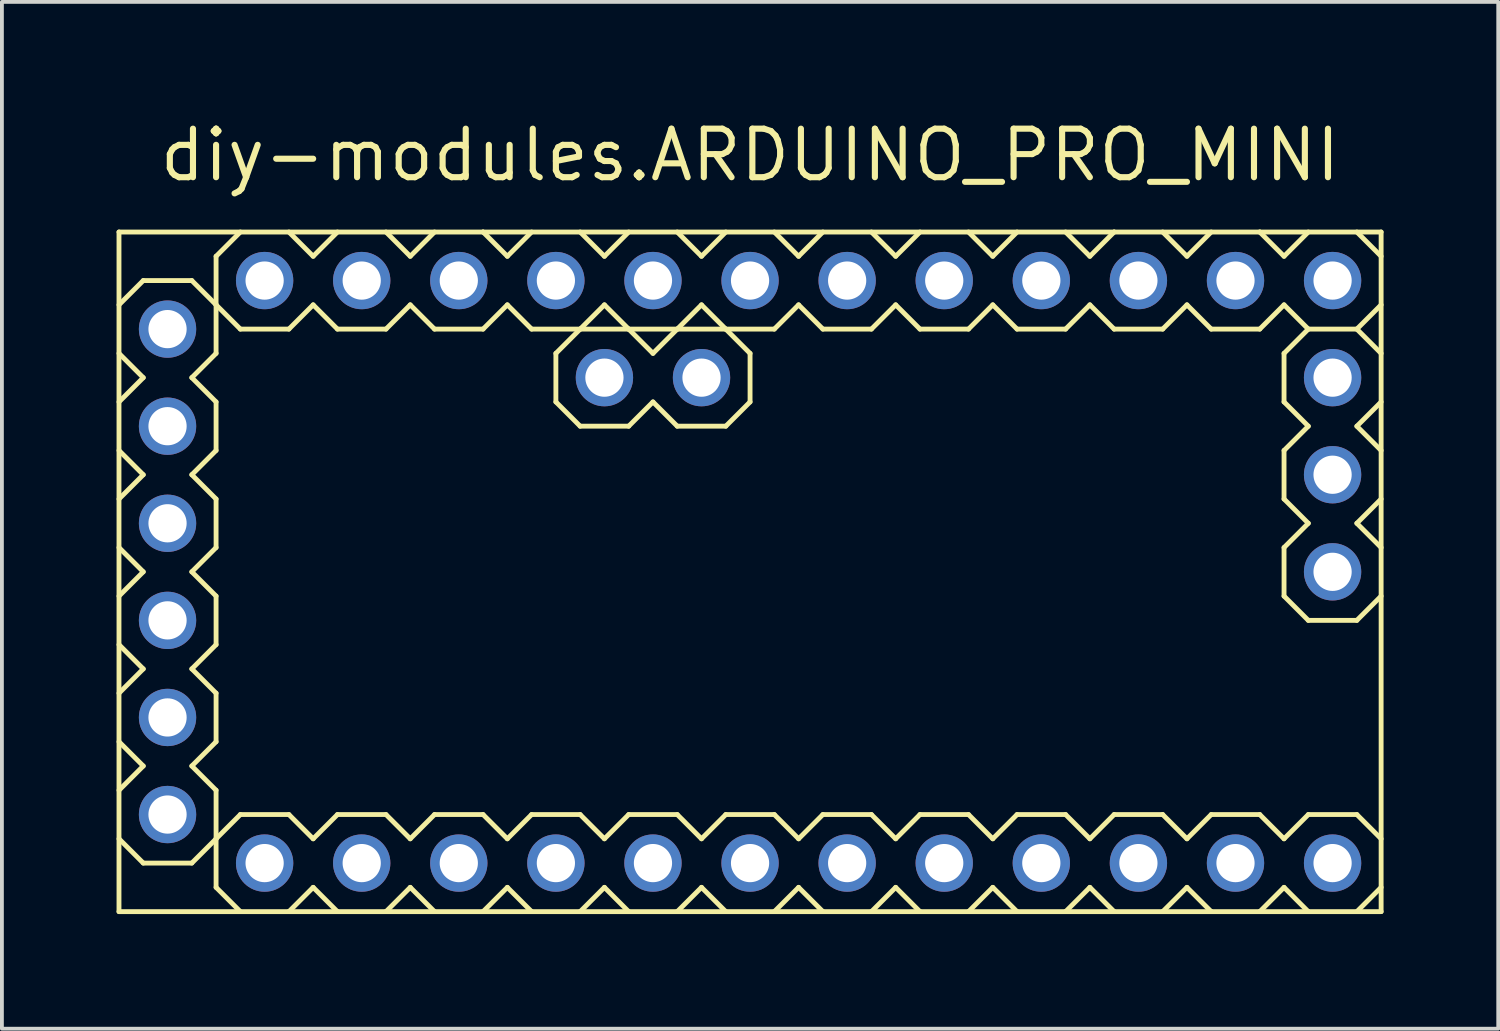
<source format=kicad_pcb>
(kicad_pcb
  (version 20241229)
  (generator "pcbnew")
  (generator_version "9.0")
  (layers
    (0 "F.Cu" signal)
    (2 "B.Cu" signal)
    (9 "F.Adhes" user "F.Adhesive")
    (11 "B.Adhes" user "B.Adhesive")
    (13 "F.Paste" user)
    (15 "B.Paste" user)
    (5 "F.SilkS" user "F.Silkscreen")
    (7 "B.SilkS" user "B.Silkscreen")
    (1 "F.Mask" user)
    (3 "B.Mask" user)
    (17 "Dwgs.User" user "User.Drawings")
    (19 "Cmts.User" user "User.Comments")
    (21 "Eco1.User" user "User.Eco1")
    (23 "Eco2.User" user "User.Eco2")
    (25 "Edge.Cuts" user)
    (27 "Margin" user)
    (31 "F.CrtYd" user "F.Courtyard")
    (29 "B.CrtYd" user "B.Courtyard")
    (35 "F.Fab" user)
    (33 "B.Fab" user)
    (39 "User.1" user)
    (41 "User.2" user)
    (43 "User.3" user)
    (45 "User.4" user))
  (footprint "diy-modules.ARDUINO_PRO_MINI"
    (layer "F.Cu")
    (at 16.573 11.91)
    (property "Reference" "diy-modules.ARDUINO_PRO_MINI" (at 0 -10.16 0) (layer "F.SilkS") (effects (font (size 1.27 1.27) (thickness 0.16)) (justify bottom)))
    (attr through_hole)
    (fp_line (start -16.51 -8.89) (end -16.51 8.89) (stroke (width 0.127) (type default)) (layer "F.SilkS"))
    (fp_line (start -16.51 -5.715) (end -15.875 -5.08) (stroke (width 0.127) (type default)) (layer "F.SilkS"))
    (fp_line (start -16.51 -3.175) (end -15.875 -2.54) (stroke (width 0.127) (type default)) (layer "F.SilkS"))
    (fp_line (start -16.51 -0.635) (end -15.875 0) (stroke (width 0.127) (type default)) (layer "F.SilkS"))
    (fp_line (start -16.51 1.905) (end -15.875 2.54) (stroke (width 0.127) (type default)) (layer "F.SilkS"))
    (fp_line (start -16.51 4.445) (end -15.875 5.08) (stroke (width 0.127) (type default)) (layer "F.SilkS"))
    (fp_line (start -16.51 6.985) (end -15.875 7.62) (stroke (width 0.127) (type default)) (layer "F.SilkS"))
    (fp_line (start -16.51 8.89) (end -12.065 8.89) (stroke (width 0.127) (type default)) (layer "F.SilkS"))
    (fp_line (start -15.875 -7.62) (end -16.51 -6.985) (stroke (width 0.127) (type default)) (layer "F.SilkS"))
    (fp_line (start -15.875 -5.08) (end -16.51 -4.445) (stroke (width 0.127) (type default)) (layer "F.SilkS"))
    (fp_line (start -15.875 -2.54) (end -16.51 -1.905) (stroke (width 0.127) (type default)) (layer "F.SilkS"))
    (fp_line (start -15.875 0) (end -16.51 0.635) (stroke (width 0.127) (type default)) (layer "F.SilkS"))
    (fp_line (start -15.875 2.54) (end -16.51 3.175) (stroke (width 0.127) (type default)) (layer "F.SilkS"))
    (fp_line (start -15.875 5.08) (end -16.51 5.715) (stroke (width 0.127) (type default)) (layer "F.SilkS"))
    (fp_line (start -15.875 7.62) (end -14.605 7.62) (stroke (width 0.127) (type default)) (layer "F.SilkS"))
    (fp_line (start -14.605 -7.62) (end -15.875 -7.62) (stroke (width 0.127) (type default)) (layer "F.SilkS"))
    (fp_line (start -14.605 -5.08) (end -13.97 -5.715) (stroke (width 0.127) (type default)) (layer "F.SilkS"))
    (fp_line (start -14.605 -2.54) (end -13.97 -3.175) (stroke (width 0.127) (type default)) (layer "F.SilkS"))
    (fp_line (start -14.605 0) (end -13.97 -0.635) (stroke (width 0.127) (type default)) (layer "F.SilkS"))
    (fp_line (start -14.605 2.54) (end -13.97 1.905) (stroke (width 0.127) (type default)) (layer "F.SilkS"))
    (fp_line (start -14.605 5.08) (end -13.97 4.445) (stroke (width 0.127) (type default)) (layer "F.SilkS"))
    (fp_line (start -14.605 7.62) (end -13.97 6.985) (stroke (width 0.127) (type default)) (layer "F.SilkS"))
    (fp_line (start -13.97 -8.255) (end -13.97 -6.985) (stroke (width 0.127) (type default)) (layer "F.SilkS"))
    (fp_line (start -13.97 -6.985) (end -14.605 -7.62) (stroke (width 0.127) (type default)) (layer "F.SilkS"))
    (fp_line (start -13.97 -6.985) (end -13.335 -6.35) (stroke (width 0.127) (type default)) (layer "F.SilkS"))
    (fp_line (start -13.97 -5.715) (end -13.97 -6.985) (stroke (width 0.127) (type default)) (layer "F.SilkS"))
    (fp_line (start -13.97 -4.445) (end -14.605 -5.08) (stroke (width 0.127) (type default)) (layer "F.SilkS"))
    (fp_line (start -13.97 -3.175) (end -13.97 -4.445) (stroke (width 0.127) (type default)) (layer "F.SilkS"))
    (fp_line (start -13.97 -1.905) (end -14.605 -2.54) (stroke (width 0.127) (type default)) (layer "F.SilkS"))
    (fp_line (start -13.97 -0.635) (end -13.97 -1.905) (stroke (width 0.127) (type default)) (layer "F.SilkS"))
    (fp_line (start -13.97 0.635) (end -14.605 0) (stroke (width 0.127) (type default)) (layer "F.SilkS"))
    (fp_line (start -13.97 1.905) (end -13.97 0.635) (stroke (width 0.127) (type default)) (layer "F.SilkS"))
    (fp_line (start -13.97 3.175) (end -14.605 2.54) (stroke (width 0.127) (type default)) (layer "F.SilkS"))
    (fp_line (start -13.97 4.445) (end -13.97 3.175) (stroke (width 0.127) (type default)) (layer "F.SilkS"))
    (fp_line (start -13.97 5.715) (end -14.605 5.08) (stroke (width 0.127) (type default)) (layer "F.SilkS"))
    (fp_line (start -13.97 6.985) (end -13.97 5.715) (stroke (width 0.127) (type default)) (layer "F.SilkS"))
    (fp_line (start -13.97 6.985) (end -13.97 8.255) (stroke (width 0.127) (type default)) (layer "F.SilkS"))
    (fp_line (start -13.335 -8.89) (end -13.97 -8.255) (stroke (width 0.127) (type default)) (layer "F.SilkS"))
    (fp_line (start -13.335 -6.35) (end -12.065 -6.35) (stroke (width 0.127) (type default)) (layer "F.SilkS"))
    (fp_line (start -13.335 6.35) (end -13.97 6.985) (stroke (width 0.127) (type default)) (layer "F.SilkS"))
    (fp_line (start -13.335 6.35) (end -12.065 6.35) (stroke (width 0.127) (type default)) (layer "F.SilkS"))
    (fp_line (start -13.335 8.89) (end -13.97 8.255) (stroke (width 0.127) (type default)) (layer "F.SilkS"))
    (fp_line (start -12.065 -6.35) (end -11.43 -6.985) (stroke (width 0.127) (type default)) (layer "F.SilkS"))
    (fp_line (start -12.065 6.35) (end -11.43 6.985) (stroke (width 0.127) (type default)) (layer "F.SilkS"))
    (fp_line (start -12.065 8.89) (end -11.43 8.255) (stroke (width 0.127) (type default)) (layer "F.SilkS"))
    (fp_line (start -12.065 8.89) (end -10.795 8.89) (stroke (width 0.127) (type default)) (layer "F.SilkS"))
    (fp_line (start -11.43 -8.255) (end -12.065 -8.89) (stroke (width 0.127) (type default)) (layer "F.SilkS"))
    (fp_line (start -11.43 -6.985) (end -10.795 -6.35) (stroke (width 0.127) (type default)) (layer "F.SilkS"))
    (fp_line (start -11.43 6.985) (end -10.795 6.35) (stroke (width 0.127) (type default)) (layer "F.SilkS"))
    (fp_line (start -11.43 8.255) (end -10.795 8.89) (stroke (width 0.127) (type default)) (layer "F.SilkS"))
    (fp_line (start -10.795 -8.89) (end -11.43 -8.255) (stroke (width 0.127) (type default)) (layer "F.SilkS"))
    (fp_line (start -10.795 -6.35) (end -9.525 -6.35) (stroke (width 0.127) (type default)) (layer "F.SilkS"))
    (fp_line (start -10.795 6.35) (end -9.525 6.35) (stroke (width 0.127) (type default)) (layer "F.SilkS"))
    (fp_line (start -10.795 8.89) (end -9.525 8.89) (stroke (width 0.127) (type default)) (layer "F.SilkS"))
    (fp_line (start -9.525 -6.35) (end -8.89 -6.985) (stroke (width 0.127) (type default)) (layer "F.SilkS"))
    (fp_line (start -9.525 6.35) (end -8.89 6.985) (stroke (width 0.127) (type default)) (layer "F.SilkS"))
    (fp_line (start -9.525 8.89) (end -8.89 8.255) (stroke (width 0.127) (type default)) (layer "F.SilkS"))
    (fp_line (start -9.525 8.89) (end -8.255 8.89) (stroke (width 0.127) (type default)) (layer "F.SilkS"))
    (fp_line (start -8.89 -8.255) (end -9.525 -8.89) (stroke (width 0.127) (type default)) (layer "F.SilkS"))
    (fp_line (start -8.89 -6.985) (end -8.255 -6.35) (stroke (width 0.127) (type default)) (layer "F.SilkS"))
    (fp_line (start -8.89 6.985) (end -8.255 6.35) (stroke (width 0.127) (type default)) (layer "F.SilkS"))
    (fp_line (start -8.89 8.255) (end -8.255 8.89) (stroke (width 0.127) (type default)) (layer "F.SilkS"))
    (fp_line (start -8.255 -8.89) (end -8.89 -8.255) (stroke (width 0.127) (type default)) (layer "F.SilkS"))
    (fp_line (start -8.255 -6.35) (end -6.985 -6.35) (stroke (width 0.127) (type default)) (layer "F.SilkS"))
    (fp_line (start -8.255 6.35) (end -6.985 6.35) (stroke (width 0.127) (type default)) (layer "F.SilkS"))
    (fp_line (start -8.255 8.89) (end -6.985 8.89) (stroke (width 0.127) (type default)) (layer "F.SilkS"))
    (fp_line (start -6.985 -8.89) (end -16.51 -8.89) (stroke (width 0.127) (type default)) (layer "F.SilkS"))
    (fp_line (start -6.985 -6.35) (end -6.35 -6.985) (stroke (width 0.127) (type default)) (layer "F.SilkS"))
    (fp_line (start -6.985 6.35) (end -6.35 6.985) (stroke (width 0.127) (type default)) (layer "F.SilkS"))
    (fp_line (start -6.985 8.89) (end -6.35 8.255) (stroke (width 0.127) (type default)) (layer "F.SilkS"))
    (fp_line (start -6.985 8.89) (end -5.715 8.89) (stroke (width 0.127) (type default)) (layer "F.SilkS"))
    (fp_line (start -6.35 -8.255) (end -6.985 -8.89) (stroke (width 0.127) (type default)) (layer "F.SilkS"))
    (fp_line (start -6.35 -6.985) (end -5.715 -6.35) (stroke (width 0.127) (type default)) (layer "F.SilkS"))
    (fp_line (start -6.35 6.985) (end -5.715 6.35) (stroke (width 0.127) (type default)) (layer "F.SilkS"))
    (fp_line (start -6.35 8.255) (end -5.715 8.89) (stroke (width 0.127) (type default)) (layer "F.SilkS"))
    (fp_line (start -5.715 -8.89) (end -6.35 -8.255) (stroke (width 0.127) (type default)) (layer "F.SilkS"))
    (fp_line (start -5.715 -6.35) (end -4.445 -6.35) (stroke (width 0.127) (type default)) (layer "F.SilkS"))
    (fp_line (start -5.715 6.35) (end -4.445 6.35) (stroke (width 0.127) (type default)) (layer "F.SilkS"))
    (fp_line (start -5.715 8.89) (end -4.445 8.89) (stroke (width 0.127) (type default)) (layer "F.SilkS"))
    (fp_line (start -5.08 -5.715) (end -4.445 -6.35) (stroke (width 0.127) (type default)) (layer "F.SilkS"))
    (fp_line (start -5.08 -4.445) (end -5.08 -5.715) (stroke (width 0.127) (type default)) (layer "F.SilkS"))
    (fp_line (start -4.445 -6.35) (end -3.81 -6.985) (stroke (width 0.127) (type default)) (layer "F.SilkS"))
    (fp_line (start -4.445 -6.35) (end -3.175 -6.35) (stroke (width 0.127) (type default)) (layer "F.SilkS"))
    (fp_line (start -4.445 -3.81) (end -5.08 -4.445) (stroke (width 0.127) (type default)) (layer "F.SilkS"))
    (fp_line (start -4.445 6.35) (end -3.81 6.985) (stroke (width 0.127) (type default)) (layer "F.SilkS"))
    (fp_line (start -4.445 8.89) (end -3.81 8.255) (stroke (width 0.127) (type default)) (layer "F.SilkS"))
    (fp_line (start -4.445 8.89) (end -3.175 8.89) (stroke (width 0.127) (type default)) (layer "F.SilkS"))
    (fp_line (start -3.81 -8.255) (end -4.445 -8.89) (stroke (width 0.127) (type default)) (layer "F.SilkS"))
    (fp_line (start -3.81 -6.985) (end -3.175 -6.35) (stroke (width 0.127) (type default)) (layer "F.SilkS"))
    (fp_line (start -3.81 6.985) (end -3.175 6.35) (stroke (width 0.127) (type default)) (layer "F.SilkS"))
    (fp_line (start -3.81 8.255) (end -3.175 8.89) (stroke (width 0.127) (type default)) (layer "F.SilkS"))
    (fp_line (start -3.175 -8.89) (end -3.81 -8.255) (stroke (width 0.127) (type default)) (layer "F.SilkS"))
    (fp_line (start -3.175 -6.35) (end -2.54 -5.715) (stroke (width 0.127) (type default)) (layer "F.SilkS"))
    (fp_line (start -3.175 -6.35) (end -1.905 -6.35) (stroke (width 0.127) (type default)) (layer "F.SilkS"))
    (fp_line (start -3.175 -3.81) (end -4.445 -3.81) (stroke (width 0.127) (type default)) (layer "F.SilkS"))
    (fp_line (start -3.175 6.35) (end -1.905 6.35) (stroke (width 0.127) (type default)) (layer "F.SilkS"))
    (fp_line (start -3.175 8.89) (end -1.905 8.89) (stroke (width 0.127) (type default)) (layer "F.SilkS"))
    (fp_line (start -2.54 -5.715) (end -1.905 -6.35) (stroke (width 0.127) (type default)) (layer "F.SilkS"))
    (fp_line (start -2.54 -4.445) (end -3.175 -3.81) (stroke (width 0.127) (type default)) (layer "F.SilkS"))
    (fp_line (start -1.905 -6.35) (end -1.27 -6.985) (stroke (width 0.127) (type default)) (layer "F.SilkS"))
    (fp_line (start -1.905 -6.35) (end -0.635 -6.35) (stroke (width 0.127) (type default)) (layer "F.SilkS"))
    (fp_line (start -1.905 -3.81) (end -2.54 -4.445) (stroke (width 0.127) (type default)) (layer "F.SilkS"))
    (fp_line (start -1.905 6.35) (end -1.27 6.985) (stroke (width 0.127) (type default)) (layer "F.SilkS"))
    (fp_line (start -1.905 8.89) (end -1.27 8.255) (stroke (width 0.127) (type default)) (layer "F.SilkS"))
    (fp_line (start -1.905 8.89) (end -0.635 8.89) (stroke (width 0.127) (type default)) (layer "F.SilkS"))
    (fp_line (start -1.27 -8.255) (end -1.905 -8.89) (stroke (width 0.127) (type default)) (layer "F.SilkS"))
    (fp_line (start -1.27 -6.985) (end -0.635 -6.35) (stroke (width 0.127) (type default)) (layer "F.SilkS"))
    (fp_line (start -1.27 6.985) (end -0.635 6.35) (stroke (width 0.127) (type default)) (layer "F.SilkS"))
    (fp_line (start -1.27 8.255) (end -0.635 8.89) (stroke (width 0.127) (type default)) (layer "F.SilkS"))
    (fp_line (start -0.635 -8.89) (end -1.27 -8.255) (stroke (width 0.127) (type default)) (layer "F.SilkS"))
    (fp_line (start -0.635 -6.35) (end 0 -5.715) (stroke (width 0.127) (type default)) (layer "F.SilkS"))
    (fp_line (start -0.635 -6.35) (end 0.635 -6.35) (stroke (width 0.127) (type default)) (layer "F.SilkS"))
    (fp_line (start -0.635 -3.81) (end -1.905 -3.81) (stroke (width 0.127) (type default)) (layer "F.SilkS"))
    (fp_line (start -0.635 6.35) (end 0.635 6.35) (stroke (width 0.127) (type default)) (layer "F.SilkS"))
    (fp_line (start -0.635 8.89) (end 0.635 8.89) (stroke (width 0.127) (type default)) (layer "F.SilkS"))
    (fp_line (start 0 -5.715) (end 0 -4.445) (stroke (width 0.127) (type default)) (layer "F.SilkS"))
    (fp_line (start 0 -4.445) (end -0.635 -3.81) (stroke (width 0.127) (type default)) (layer "F.SilkS"))
    (fp_line (start 0.635 -6.35) (end 1.27 -6.985) (stroke (width 0.127) (type default)) (layer "F.SilkS"))
    (fp_line (start 0.635 6.35) (end 1.27 6.985) (stroke (width 0.127) (type default)) (layer "F.SilkS"))
    (fp_line (start 0.635 8.89) (end 1.27 8.255) (stroke (width 0.127) (type default)) (layer "F.SilkS"))
    (fp_line (start 0.635 8.89) (end 1.905 8.89) (stroke (width 0.127) (type default)) (layer "F.SilkS"))
    (fp_line (start 1.27 -8.255) (end 0.635 -8.89) (stroke (width 0.127) (type default)) (layer "F.SilkS"))
    (fp_line (start 1.27 -6.985) (end 1.905 -6.35) (stroke (width 0.127) (type default)) (layer "F.SilkS"))
    (fp_line (start 1.27 6.985) (end 1.905 6.35) (stroke (width 0.127) (type default)) (layer "F.SilkS"))
    (fp_line (start 1.27 8.255) (end 1.905 8.89) (stroke (width 0.127) (type default)) (layer "F.SilkS"))
    (fp_line (start 1.905 -8.89) (end 1.27 -8.255) (stroke (width 0.127) (type default)) (layer "F.SilkS"))
    (fp_line (start 1.905 -6.35) (end 3.175 -6.35) (stroke (width 0.127) (type default)) (layer "F.SilkS"))
    (fp_line (start 1.905 6.35) (end 3.175 6.35) (stroke (width 0.127) (type default)) (layer "F.SilkS"))
    (fp_line (start 1.905 8.89) (end 3.175 8.89) (stroke (width 0.127) (type default)) (layer "F.SilkS"))
    (fp_line (start 3.175 -6.35) (end 3.81 -6.985) (stroke (width 0.127) (type default)) (layer "F.SilkS"))
    (fp_line (start 3.175 6.35) (end 3.81 6.985) (stroke (width 0.127) (type default)) (layer "F.SilkS"))
    (fp_line (start 3.175 8.89) (end 3.81 8.255) (stroke (width 0.127) (type default)) (layer "F.SilkS"))
    (fp_line (start 3.175 8.89) (end 4.445 8.89) (stroke (width 0.127) (type default)) (layer "F.SilkS"))
    (fp_line (start 3.81 -8.255) (end 3.175 -8.89) (stroke (width 0.127) (type default)) (layer "F.SilkS"))
    (fp_line (start 3.81 -6.985) (end 4.445 -6.35) (stroke (width 0.127) (type default)) (layer "F.SilkS"))
    (fp_line (start 3.81 6.985) (end 4.445 6.35) (stroke (width 0.127) (type default)) (layer "F.SilkS"))
    (fp_line (start 3.81 8.255) (end 4.445 8.89) (stroke (width 0.127) (type default)) (layer "F.SilkS"))
    (fp_line (start 4.445 -8.89) (end 3.81 -8.255) (stroke (width 0.127) (type default)) (layer "F.SilkS"))
    (fp_line (start 4.445 -6.35) (end 5.715 -6.35) (stroke (width 0.127) (type default)) (layer "F.SilkS"))
    (fp_line (start 4.445 6.35) (end 5.715 6.35) (stroke (width 0.127) (type default)) (layer "F.SilkS"))
    (fp_line (start 4.445 8.89) (end 5.715 8.89) (stroke (width 0.127) (type default)) (layer "F.SilkS"))
    (fp_line (start 5.715 -6.35) (end 6.35 -6.985) (stroke (width 0.127) (type default)) (layer "F.SilkS"))
    (fp_line (start 5.715 6.35) (end 6.35 6.985) (stroke (width 0.127) (type default)) (layer "F.SilkS"))
    (fp_line (start 5.715 8.89) (end 6.35 8.255) (stroke (width 0.127) (type default)) (layer "F.SilkS"))
    (fp_line (start 5.715 8.89) (end 6.985 8.89) (stroke (width 0.127) (type default)) (layer "F.SilkS"))
    (fp_line (start 6.35 -8.255) (end 5.715 -8.89) (stroke (width 0.127) (type default)) (layer "F.SilkS"))
    (fp_line (start 6.35 -6.985) (end 6.985 -6.35) (stroke (width 0.127) (type default)) (layer "F.SilkS"))
    (fp_line (start 6.35 6.985) (end 6.985 6.35) (stroke (width 0.127) (type default)) (layer "F.SilkS"))
    (fp_line (start 6.35 8.255) (end 6.985 8.89) (stroke (width 0.127) (type default)) (layer "F.SilkS"))
    (fp_line (start 6.985 -8.89) (end 6.35 -8.255) (stroke (width 0.127) (type default)) (layer "F.SilkS"))
    (fp_line (start 6.985 -6.35) (end 8.255 -6.35) (stroke (width 0.127) (type default)) (layer "F.SilkS"))
    (fp_line (start 6.985 6.35) (end 8.255 6.35) (stroke (width 0.127) (type default)) (layer "F.SilkS"))
    (fp_line (start 6.985 8.89) (end 8.255 8.89) (stroke (width 0.127) (type default)) (layer "F.SilkS"))
    (fp_line (start 8.255 -6.35) (end 8.89 -6.985) (stroke (width 0.127) (type default)) (layer "F.SilkS"))
    (fp_line (start 8.255 6.35) (end 8.89 6.985) (stroke (width 0.127) (type default)) (layer "F.SilkS"))
    (fp_line (start 8.255 8.89) (end 8.89 8.255) (stroke (width 0.127) (type default)) (layer "F.SilkS"))
    (fp_line (start 8.255 8.89) (end 9.525 8.89) (stroke (width 0.127) (type default)) (layer "F.SilkS"))
    (fp_line (start 8.89 -8.255) (end 8.255 -8.89) (stroke (width 0.127) (type default)) (layer "F.SilkS"))
    (fp_line (start 8.89 -8.255) (end 9.525 -8.89) (stroke (width 0.127) (type default)) (layer "F.SilkS"))
    (fp_line (start 8.89 -6.985) (end 9.525 -6.35) (stroke (width 0.127) (type default)) (layer "F.SilkS"))
    (fp_line (start 8.89 6.985) (end 9.525 6.35) (stroke (width 0.127) (type default)) (layer "F.SilkS"))
    (fp_line (start 8.89 8.255) (end 9.525 8.89) (stroke (width 0.127) (type default)) (layer "F.SilkS"))
    (fp_line (start 9.525 -8.89) (end -6.985 -8.89) (stroke (width 0.127) (type default)) (layer "F.SilkS"))
    (fp_line (start 9.525 -6.35) (end 10.795 -6.35) (stroke (width 0.127) (type default)) (layer "F.SilkS"))
    (fp_line (start 9.525 6.35) (end 10.795 6.35) (stroke (width 0.127) (type default)) (layer "F.SilkS"))
    (fp_line (start 9.525 8.89) (end 10.795 8.89) (stroke (width 0.127) (type default)) (layer "F.SilkS"))
    (fp_line (start 10.795 -6.35) (end 11.43 -6.985) (stroke (width 0.127) (type default)) (layer "F.SilkS"))
    (fp_line (start 10.795 6.35) (end 11.43 6.985) (stroke (width 0.127) (type default)) (layer "F.SilkS"))
    (fp_line (start 10.795 8.89) (end 11.43 8.255) (stroke (width 0.127) (type default)) (layer "F.SilkS"))
    (fp_line (start 10.795 8.89) (end 12.065 8.89) (stroke (width 0.127) (type default)) (layer "F.SilkS"))
    (fp_line (start 11.43 -8.255) (end 10.795 -8.89) (stroke (width 0.127) (type default)) (layer "F.SilkS"))
    (fp_line (start 11.43 -6.985) (end 12.065 -6.35) (stroke (width 0.127) (type default)) (layer "F.SilkS"))
    (fp_line (start 11.43 6.985) (end 12.065 6.35) (stroke (width 0.127) (type default)) (layer "F.SilkS"))
    (fp_line (start 11.43 8.255) (end 12.065 8.89) (stroke (width 0.127) (type default)) (layer "F.SilkS"))
    (fp_line (start 12.065 -8.89) (end 11.43 -8.255) (stroke (width 0.127) (type default)) (layer "F.SilkS"))
    (fp_line (start 12.065 -6.35) (end 13.335 -6.35) (stroke (width 0.127) (type default)) (layer "F.SilkS"))
    (fp_line (start 12.065 6.35) (end 13.335 6.35) (stroke (width 0.127) (type default)) (layer "F.SilkS"))
    (fp_line (start 12.065 8.89) (end 13.335 8.89) (stroke (width 0.127) (type default)) (layer "F.SilkS"))
    (fp_line (start 13.335 -8.89) (end 9.525 -8.89) (stroke (width 0.127) (type default)) (layer "F.SilkS"))
    (fp_line (start 13.335 -6.35) (end 13.97 -6.985) (stroke (width 0.127) (type default)) (layer "F.SilkS"))
    (fp_line (start 13.335 6.35) (end 13.97 6.985) (stroke (width 0.127) (type default)) (layer "F.SilkS"))
    (fp_line (start 13.335 8.89) (end 14.605 8.89) (stroke (width 0.127) (type default)) (layer "F.SilkS"))
    (fp_line (start 13.97 -8.255) (end 13.335 -8.89) (stroke (width 0.127) (type default)) (layer "F.SilkS"))
    (fp_line (start 13.97 -6.985) (end 14.605 -6.35) (stroke (width 0.127) (type default)) (layer "F.SilkS"))
    (fp_line (start 13.97 -5.715) (end 14.605 -6.35) (stroke (width 0.127) (type default)) (layer "F.SilkS"))
    (fp_line (start 13.97 -4.445) (end 13.97 -5.715) (stroke (width 0.127) (type default)) (layer "F.SilkS"))
    (fp_line (start 13.97 -3.175) (end 14.605 -3.81) (stroke (width 0.127) (type default)) (layer "F.SilkS"))
    (fp_line (start 13.97 -1.905) (end 13.97 -3.175) (stroke (width 0.127) (type default)) (layer "F.SilkS"))
    (fp_line (start 13.97 -0.635) (end 14.605 -1.27) (stroke (width 0.127) (type default)) (layer "F.SilkS"))
    (fp_line (start 13.97 0.635) (end 13.97 -0.635) (stroke (width 0.127) (type default)) (layer "F.SilkS"))
    (fp_line (start 13.97 6.985) (end 14.605 6.35) (stroke (width 0.127) (type default)) (layer "F.SilkS"))
    (fp_line (start 13.97 8.255) (end 13.335 8.89) (stroke (width 0.127) (type default)) (layer "F.SilkS"))
    (fp_line (start 14.605 -8.89) (end 13.97 -8.255) (stroke (width 0.127) (type default)) (layer "F.SilkS"))
    (fp_line (start 14.605 -6.35) (end 15.875 -6.35) (stroke (width 0.127) (type default)) (layer "F.SilkS"))
    (fp_line (start 14.605 -3.81) (end 13.97 -4.445) (stroke (width 0.127) (type default)) (layer "F.SilkS"))
    (fp_line (start 14.605 -1.27) (end 13.97 -1.905) (stroke (width 0.127) (type default)) (layer "F.SilkS"))
    (fp_line (start 14.605 1.27) (end 13.97 0.635) (stroke (width 0.127) (type default)) (layer "F.SilkS"))
    (fp_line (start 14.605 6.35) (end 15.875 6.35) (stroke (width 0.127) (type default)) (layer "F.SilkS"))
    (fp_line (start 14.605 8.89) (end 13.97 8.255) (stroke (width 0.127) (type default)) (layer "F.SilkS"))
    (fp_line (start 14.605 8.89) (end 16.51 8.89) (stroke (width 0.127) (type default)) (layer "F.SilkS"))
    (fp_line (start 15.875 -6.35) (end 16.51 -6.985) (stroke (width 0.127) (type default)) (layer "F.SilkS"))
    (fp_line (start 15.875 -6.35) (end 16.51 -5.715) (stroke (width 0.127) (type default)) (layer "F.SilkS"))
    (fp_line (start 15.875 -3.81) (end 16.51 -3.175) (stroke (width 0.127) (type default)) (layer "F.SilkS"))
    (fp_line (start 15.875 -1.27) (end 16.51 -0.635) (stroke (width 0.127) (type default)) (layer "F.SilkS"))
    (fp_line (start 15.875 1.27) (end 14.605 1.27) (stroke (width 0.127) (type default)) (layer "F.SilkS"))
    (fp_line (start 15.875 8.89) (end 16.51 8.255) (stroke (width 0.127) (type default)) (layer "F.SilkS"))
    (fp_line (start 16.51 -8.89) (end 13.335 -8.89) (stroke (width 0.127) (type default)) (layer "F.SilkS"))
    (fp_line (start 16.51 -8.255) (end 15.875 -8.89) (stroke (width 0.127) (type default)) (layer "F.SilkS"))
    (fp_line (start 16.51 -4.445) (end 15.875 -3.81) (stroke (width 0.127) (type default)) (layer "F.SilkS"))
    (fp_line (start 16.51 -1.905) (end 15.875 -1.27) (stroke (width 0.127) (type default)) (layer "F.SilkS"))
    (fp_line (start 16.51 0.635) (end 15.875 1.27) (stroke (width 0.127) (type default)) (layer "F.SilkS"))
    (fp_line (start 16.51 6.985) (end 15.875 6.35) (stroke (width 0.127) (type default)) (layer "F.SilkS"))
    (fp_line (start 16.51 8.89) (end 16.51 -8.89) (stroke (width 0.127) (type default)) (layer "F.SilkS"))
    (pad "J1.1" thru_hole circle (at -15.24 -6.35) (size 1.5 1.5) (drill 1) (layers "*.Cu" "*.Mask"))
    (pad "J1.2" thru_hole circle (at -15.24 -3.81) (size 1.5 1.5) (drill 1) (layers "*.Cu" "*.Mask"))
    (pad "J1.3" thru_hole circle (at -15.24 -1.27) (size 1.5 1.5) (drill 1) (layers "*.Cu" "*.Mask"))
    (pad "J1.4" thru_hole circle (at -15.24 1.27) (size 1.5 1.5) (drill 1) (layers "*.Cu" "*.Mask"))
    (pad "J1.5" thru_hole circle (at -15.24 3.81) (size 1.5 1.5) (drill 1) (layers "*.Cu" "*.Mask"))
    (pad "J1.6" thru_hole circle (at -15.24 6.35) (size 1.5 1.5) (drill 1) (layers "*.Cu" "*.Mask"))
    (pad "J2.1" thru_hole circle (at -1.27 -5.08) (size 1.5 1.5) (drill 1) (layers "*.Cu" "*.Mask"))
    (pad "J2.2" thru_hole circle (at -3.81 -5.08) (size 1.5 1.5) (drill 1) (layers "*.Cu" "*.Mask"))
    (pad "J3.1" thru_hole circle (at 15.24 0) (size 1.5 1.5) (drill 1) (layers "*.Cu" "*.Mask"))
    (pad "J3.2" thru_hole circle (at 15.24 -2.54) (size 1.5 1.5) (drill 1) (layers "*.Cu" "*.Mask"))
    (pad "J3.3" thru_hole circle (at 15.24 -5.08) (size 1.5 1.5) (drill 1) (layers "*.Cu" "*.Mask"))
    (pad "J6.1" thru_hole circle (at -12.7 -7.62) (size 1.5 1.5) (drill 1) (layers "*.Cu" "*.Mask"))
    (pad "J6.2" thru_hole circle (at -10.16 -7.62) (size 1.5 1.5) (drill 1) (layers "*.Cu" "*.Mask"))
    (pad "J6.3" thru_hole circle (at -7.62 -7.62) (size 1.5 1.5) (drill 1) (layers "*.Cu" "*.Mask"))
    (pad "J6.4" thru_hole circle (at -5.08 -7.62) (size 1.5 1.5) (drill 1) (layers "*.Cu" "*.Mask"))
    (pad "J6.5" thru_hole circle (at -2.54 -7.62) (size 1.5 1.5) (drill 1) (layers "*.Cu" "*.Mask"))
    (pad "J6.6" thru_hole circle (at 0 -7.62) (size 1.5 1.5) (drill 1) (layers "*.Cu" "*.Mask"))
    (pad "J6.7" thru_hole circle (at 2.54 -7.62) (size 1.5 1.5) (drill 1) (layers "*.Cu" "*.Mask"))
    (pad "J6.8" thru_hole circle (at 5.08 -7.62) (size 1.5 1.5) (drill 1) (layers "*.Cu" "*.Mask"))
    (pad "J6.9" thru_hole circle (at 7.62 -7.62) (size 1.5 1.5) (drill 1) (layers "*.Cu" "*.Mask"))
    (pad "J6.10" thru_hole circle (at 10.16 -7.62) (size 1.5 1.5) (drill 1) (layers "*.Cu" "*.Mask"))
    (pad "J6.11" thru_hole circle (at 12.7 -7.62) (size 1.5 1.5) (drill 1) (layers "*.Cu" "*.Mask"))
    (pad "J6.12" thru_hole circle (at 15.24 -7.62) (size 1.5 1.5) (drill 1) (layers "*.Cu" "*.Mask"))
    (pad "J7.1" thru_hole circle (at 15.24 7.62) (size 1.5 1.5) (drill 1) (layers "*.Cu" "*.Mask"))
    (pad "J7.2" thru_hole circle (at 12.7 7.62) (size 1.5 1.5) (drill 1) (layers "*.Cu" "*.Mask"))
    (pad "J7.3" thru_hole circle (at 10.16 7.62) (size 1.5 1.5) (drill 1) (layers "*.Cu" "*.Mask"))
    (pad "J7.4" thru_hole circle (at 7.62 7.62) (size 1.5 1.5) (drill 1) (layers "*.Cu" "*.Mask"))
    (pad "J7.5" thru_hole circle (at 5.08 7.62) (size 1.5 1.5) (drill 1) (layers "*.Cu" "*.Mask"))
    (pad "J7.6" thru_hole circle (at 2.54 7.62) (size 1.5 1.5) (drill 1) (layers "*.Cu" "*.Mask"))
    (pad "J7.7" thru_hole circle (at 0 7.62) (size 1.5 1.5) (drill 1) (layers "*.Cu" "*.Mask"))
    (pad "J7.8" thru_hole circle (at -2.54 7.62) (size 1.5 1.5) (drill 1) (layers "*.Cu" "*.Mask"))
    (pad "J7.9" thru_hole circle (at -5.08 7.62) (size 1.5 1.5) (drill 1) (layers "*.Cu" "*.Mask"))
    (pad "J7.10" thru_hole circle (at -7.62 7.62) (size 1.5 1.5) (drill 1) (layers "*.Cu" "*.Mask"))
    (pad "J7.11" thru_hole circle (at -10.16 7.62) (size 1.5 1.5) (drill 1) (layers "*.Cu" "*.Mask"))
    (pad "J7.12" thru_hole circle (at -12.7 7.62) (size 1.5 1.5) (drill 1) (layers "*.Cu" "*.Mask")))
  (gr_rect
    (start -3 -3)
    (end 36.147 23.863)
    (stroke (width 0.1) (type default))
    (fill no)
    (layer "Edge.Cuts")))
</source>
